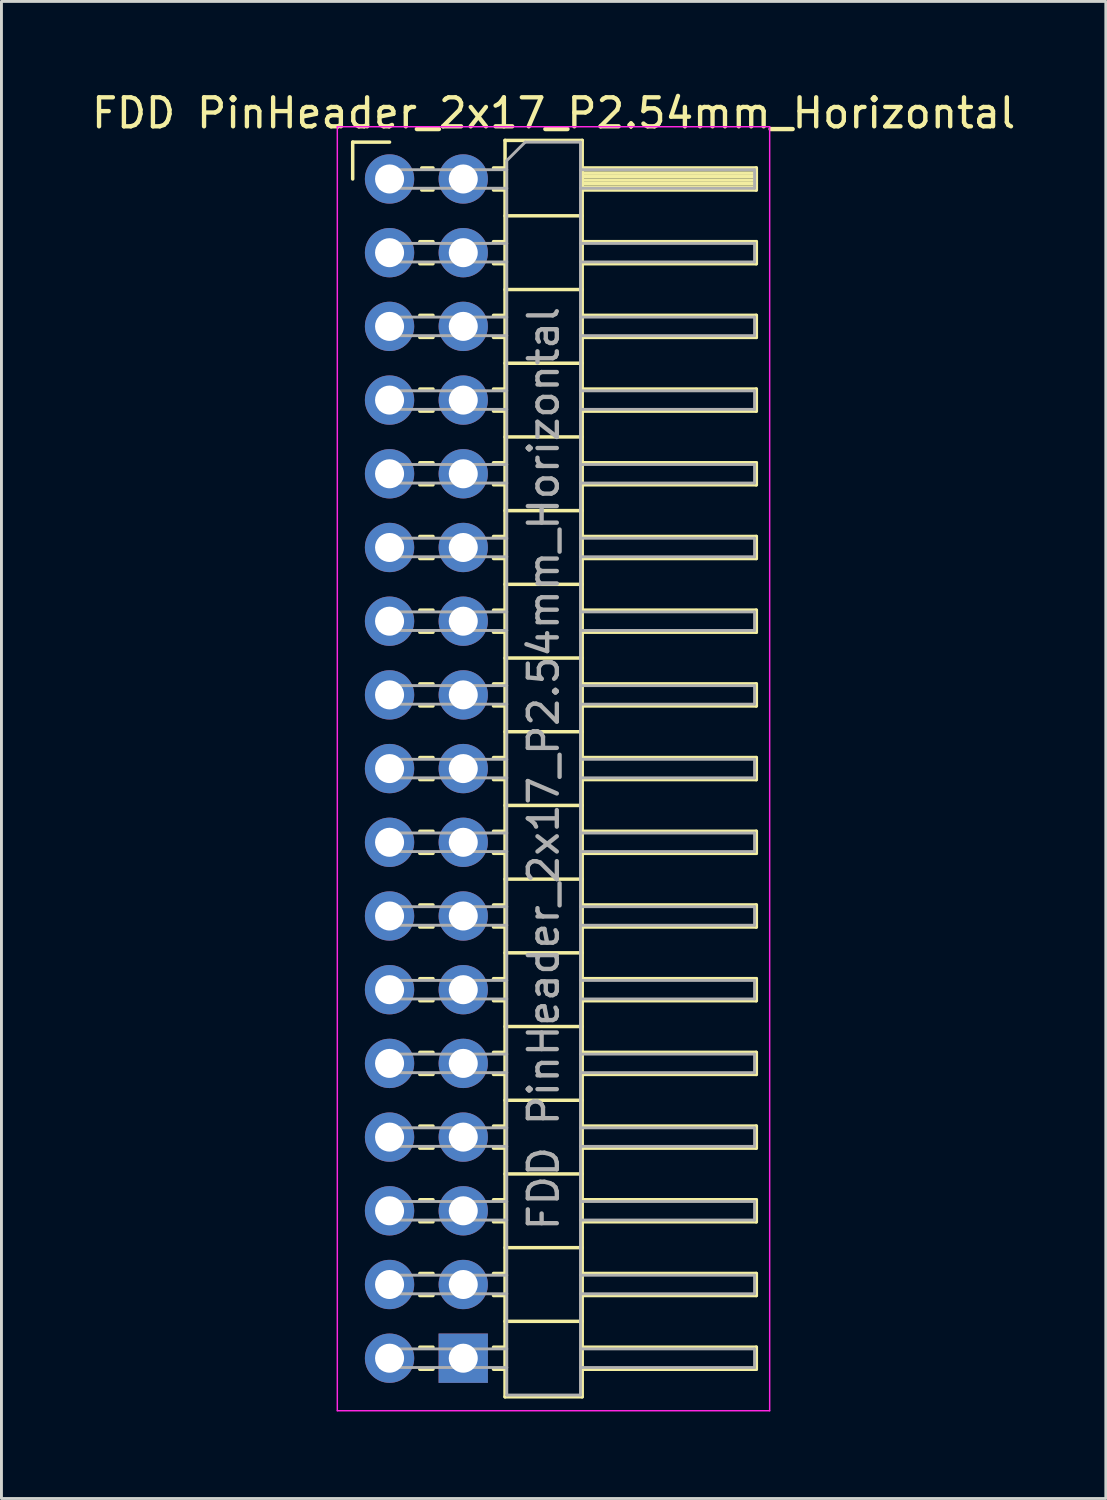
<source format=kicad_pcb>
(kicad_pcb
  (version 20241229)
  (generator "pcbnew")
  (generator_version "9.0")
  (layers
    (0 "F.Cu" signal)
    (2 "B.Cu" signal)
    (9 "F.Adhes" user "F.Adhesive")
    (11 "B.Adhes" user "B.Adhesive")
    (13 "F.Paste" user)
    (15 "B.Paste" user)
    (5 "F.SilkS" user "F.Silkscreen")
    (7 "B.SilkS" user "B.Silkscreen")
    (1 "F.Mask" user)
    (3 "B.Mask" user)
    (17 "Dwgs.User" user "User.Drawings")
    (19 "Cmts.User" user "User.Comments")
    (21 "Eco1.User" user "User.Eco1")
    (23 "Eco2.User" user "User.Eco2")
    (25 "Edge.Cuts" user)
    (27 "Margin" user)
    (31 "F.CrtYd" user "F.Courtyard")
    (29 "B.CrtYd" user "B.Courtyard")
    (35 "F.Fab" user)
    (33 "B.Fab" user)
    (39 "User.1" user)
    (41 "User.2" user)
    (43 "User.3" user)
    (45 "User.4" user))
  (footprint "FDD PinHeader_2x17_P2.54mm_Horizontal"
    (layer "F.Cu")
    (at 10.375 3.118)
    (property "Reference" "FDD PinHeader_2x17_P2.54mm_Horizontal" (at 5.655 -2.27 0) (layer "F.SilkS") (effects (font (size 1 1) (thickness 0.15))))
    (attr through_hole)
    (fp_line (start -1.27 -1.27) (end 0 -1.27) (stroke (width 0.12) (type solid)) (layer "F.SilkS"))
    (fp_line (start -1.27 0) (end -1.27 -1.27) (stroke (width 0.12) (type solid)) (layer "F.SilkS"))
    (fp_line (start 1.043 2.16) (end 1.497 2.16) (stroke (width 0.12) (type solid)) (layer "F.SilkS"))
    (fp_line (start 1.043 2.92) (end 1.497 2.92) (stroke (width 0.12) (type solid)) (layer "F.SilkS"))
    (fp_line (start 1.043 4.7) (end 1.497 4.7) (stroke (width 0.12) (type solid)) (layer "F.SilkS"))
    (fp_line (start 1.043 5.46) (end 1.497 5.46) (stroke (width 0.12) (type solid)) (layer "F.SilkS"))
    (fp_line (start 1.043 7.24) (end 1.497 7.24) (stroke (width 0.12) (type solid)) (layer "F.SilkS"))
    (fp_line (start 1.043 8) (end 1.497 8) (stroke (width 0.12) (type solid)) (layer "F.SilkS"))
    (fp_line (start 1.043 9.78) (end 1.497 9.78) (stroke (width 0.12) (type solid)) (layer "F.SilkS"))
    (fp_line (start 1.043 10.54) (end 1.497 10.54) (stroke (width 0.12) (type solid)) (layer "F.SilkS"))
    (fp_line (start 1.043 12.32) (end 1.497 12.32) (stroke (width 0.12) (type solid)) (layer "F.SilkS"))
    (fp_line (start 1.043 13.08) (end 1.497 13.08) (stroke (width 0.12) (type solid)) (layer "F.SilkS"))
    (fp_line (start 1.043 14.86) (end 1.497 14.86) (stroke (width 0.12) (type solid)) (layer "F.SilkS"))
    (fp_line (start 1.043 15.62) (end 1.497 15.62) (stroke (width 0.12) (type solid)) (layer "F.SilkS"))
    (fp_line (start 1.043 17.4) (end 1.497 17.4) (stroke (width 0.12) (type solid)) (layer "F.SilkS"))
    (fp_line (start 1.043 18.16) (end 1.497 18.16) (stroke (width 0.12) (type solid)) (layer "F.SilkS"))
    (fp_line (start 1.043 19.94) (end 1.497 19.94) (stroke (width 0.12) (type solid)) (layer "F.SilkS"))
    (fp_line (start 1.043 20.7) (end 1.497 20.7) (stroke (width 0.12) (type solid)) (layer "F.SilkS"))
    (fp_line (start 1.043 22.48) (end 1.497 22.48) (stroke (width 0.12) (type solid)) (layer "F.SilkS"))
    (fp_line (start 1.043 23.24) (end 1.497 23.24) (stroke (width 0.12) (type solid)) (layer "F.SilkS"))
    (fp_line (start 1.043 25.02) (end 1.497 25.02) (stroke (width 0.12) (type solid)) (layer "F.SilkS"))
    (fp_line (start 1.043 25.78) (end 1.497 25.78) (stroke (width 0.12) (type solid)) (layer "F.SilkS"))
    (fp_line (start 1.043 27.56) (end 1.497 27.56) (stroke (width 0.12) (type solid)) (layer "F.SilkS"))
    (fp_line (start 1.043 28.32) (end 1.497 28.32) (stroke (width 0.12) (type solid)) (layer "F.SilkS"))
    (fp_line (start 1.043 30.1) (end 1.497 30.1) (stroke (width 0.12) (type solid)) (layer "F.SilkS"))
    (fp_line (start 1.043 30.86) (end 1.497 30.86) (stroke (width 0.12) (type solid)) (layer "F.SilkS"))
    (fp_line (start 1.043 32.64) (end 1.497 32.64) (stroke (width 0.12) (type solid)) (layer "F.SilkS"))
    (fp_line (start 1.043 33.4) (end 1.497 33.4) (stroke (width 0.12) (type solid)) (layer "F.SilkS"))
    (fp_line (start 1.043 35.18) (end 1.497 35.18) (stroke (width 0.12) (type solid)) (layer "F.SilkS"))
    (fp_line (start 1.043 35.94) (end 1.497 35.94) (stroke (width 0.12) (type solid)) (layer "F.SilkS"))
    (fp_line (start 1.043 37.72) (end 1.497 37.72) (stroke (width 0.12) (type solid)) (layer "F.SilkS"))
    (fp_line (start 1.043 38.48) (end 1.497 38.48) (stroke (width 0.12) (type solid)) (layer "F.SilkS"))
    (fp_line (start 1.043 40.26) (end 1.497 40.26) (stroke (width 0.12) (type solid)) (layer "F.SilkS"))
    (fp_line (start 1.043 41.02) (end 1.497 41.02) (stroke (width 0.12) (type solid)) (layer "F.SilkS"))
    (fp_line (start 1.11 -0.38) (end 1.497 -0.38) (stroke (width 0.12) (type solid)) (layer "F.SilkS"))
    (fp_line (start 1.11 0.38) (end 1.497 0.38) (stroke (width 0.12) (type solid)) (layer "F.SilkS"))
    (fp_line (start 3.583 -0.38) (end 3.98 -0.38) (stroke (width 0.12) (type solid)) (layer "F.SilkS"))
    (fp_line (start 3.583 0.38) (end 3.98 0.38) (stroke (width 0.12) (type solid)) (layer "F.SilkS"))
    (fp_line (start 3.583 2.16) (end 3.98 2.16) (stroke (width 0.12) (type solid)) (layer "F.SilkS"))
    (fp_line (start 3.583 2.92) (end 3.98 2.92) (stroke (width 0.12) (type solid)) (layer "F.SilkS"))
    (fp_line (start 3.583 4.7) (end 3.98 4.7) (stroke (width 0.12) (type solid)) (layer "F.SilkS"))
    (fp_line (start 3.583 5.46) (end 3.98 5.46) (stroke (width 0.12) (type solid)) (layer "F.SilkS"))
    (fp_line (start 3.583 7.24) (end 3.98 7.24) (stroke (width 0.12) (type solid)) (layer "F.SilkS"))
    (fp_line (start 3.583 8) (end 3.98 8) (stroke (width 0.12) (type solid)) (layer "F.SilkS"))
    (fp_line (start 3.583 9.78) (end 3.98 9.78) (stroke (width 0.12) (type solid)) (layer "F.SilkS"))
    (fp_line (start 3.583 10.54) (end 3.98 10.54) (stroke (width 0.12) (type solid)) (layer "F.SilkS"))
    (fp_line (start 3.583 12.32) (end 3.98 12.32) (stroke (width 0.12) (type solid)) (layer "F.SilkS"))
    (fp_line (start 3.583 13.08) (end 3.98 13.08) (stroke (width 0.12) (type solid)) (layer "F.SilkS"))
    (fp_line (start 3.583 14.86) (end 3.98 14.86) (stroke (width 0.12) (type solid)) (layer "F.SilkS"))
    (fp_line (start 3.583 15.62) (end 3.98 15.62) (stroke (width 0.12) (type solid)) (layer "F.SilkS"))
    (fp_line (start 3.583 17.4) (end 3.98 17.4) (stroke (width 0.12) (type solid)) (layer "F.SilkS"))
    (fp_line (start 3.583 18.16) (end 3.98 18.16) (stroke (width 0.12) (type solid)) (layer "F.SilkS"))
    (fp_line (start 3.583 19.94) (end 3.98 19.94) (stroke (width 0.12) (type solid)) (layer "F.SilkS"))
    (fp_line (start 3.583 20.7) (end 3.98 20.7) (stroke (width 0.12) (type solid)) (layer "F.SilkS"))
    (fp_line (start 3.583 22.48) (end 3.98 22.48) (stroke (width 0.12) (type solid)) (layer "F.SilkS"))
    (fp_line (start 3.583 23.24) (end 3.98 23.24) (stroke (width 0.12) (type solid)) (layer "F.SilkS"))
    (fp_line (start 3.583 25.02) (end 3.98 25.02) (stroke (width 0.12) (type solid)) (layer "F.SilkS"))
    (fp_line (start 3.583 25.78) (end 3.98 25.78) (stroke (width 0.12) (type solid)) (layer "F.SilkS"))
    (fp_line (start 3.583 27.56) (end 3.98 27.56) (stroke (width 0.12) (type solid)) (layer "F.SilkS"))
    (fp_line (start 3.583 28.32) (end 3.98 28.32) (stroke (width 0.12) (type solid)) (layer "F.SilkS"))
    (fp_line (start 3.583 30.1) (end 3.98 30.1) (stroke (width 0.12) (type solid)) (layer "F.SilkS"))
    (fp_line (start 3.583 30.86) (end 3.98 30.86) (stroke (width 0.12) (type solid)) (layer "F.SilkS"))
    (fp_line (start 3.583 32.64) (end 3.98 32.64) (stroke (width 0.12) (type solid)) (layer "F.SilkS"))
    (fp_line (start 3.583 33.4) (end 3.98 33.4) (stroke (width 0.12) (type solid)) (layer "F.SilkS"))
    (fp_line (start 3.583 35.18) (end 3.98 35.18) (stroke (width 0.12) (type solid)) (layer "F.SilkS"))
    (fp_line (start 3.583 35.94) (end 3.98 35.94) (stroke (width 0.12) (type solid)) (layer "F.SilkS"))
    (fp_line (start 3.583 37.72) (end 3.98 37.72) (stroke (width 0.12) (type solid)) (layer "F.SilkS"))
    (fp_line (start 3.583 38.48) (end 3.98 38.48) (stroke (width 0.12) (type solid)) (layer "F.SilkS"))
    (fp_line (start 3.583 40.26) (end 3.98 40.26) (stroke (width 0.12) (type solid)) (layer "F.SilkS"))
    (fp_line (start 3.583 41.02) (end 3.98 41.02) (stroke (width 0.12) (type solid)) (layer "F.SilkS"))
    (fp_line (start 3.98 -1.33) (end 3.98 41.97) (stroke (width 0.12) (type solid)) (layer "F.SilkS"))
    (fp_line (start 3.98 1.27) (end 6.64 1.27) (stroke (width 0.12) (type solid)) (layer "F.SilkS"))
    (fp_line (start 3.98 3.81) (end 6.64 3.81) (stroke (width 0.12) (type solid)) (layer "F.SilkS"))
    (fp_line (start 3.98 6.35) (end 6.64 6.35) (stroke (width 0.12) (type solid)) (layer "F.SilkS"))
    (fp_line (start 3.98 8.89) (end 6.64 8.89) (stroke (width 0.12) (type solid)) (layer "F.SilkS"))
    (fp_line (start 3.98 11.43) (end 6.64 11.43) (stroke (width 0.12) (type solid)) (layer "F.SilkS"))
    (fp_line (start 3.98 13.97) (end 6.64 13.97) (stroke (width 0.12) (type solid)) (layer "F.SilkS"))
    (fp_line (start 3.98 16.51) (end 6.64 16.51) (stroke (width 0.12) (type solid)) (layer "F.SilkS"))
    (fp_line (start 3.98 19.05) (end 6.64 19.05) (stroke (width 0.12) (type solid)) (layer "F.SilkS"))
    (fp_line (start 3.98 21.59) (end 6.64 21.59) (stroke (width 0.12) (type solid)) (layer "F.SilkS"))
    (fp_line (start 3.98 24.13) (end 6.64 24.13) (stroke (width 0.12) (type solid)) (layer "F.SilkS"))
    (fp_line (start 3.98 26.67) (end 6.64 26.67) (stroke (width 0.12) (type solid)) (layer "F.SilkS"))
    (fp_line (start 3.98 29.21) (end 6.64 29.21) (stroke (width 0.12) (type solid)) (layer "F.SilkS"))
    (fp_line (start 3.98 31.75) (end 6.64 31.75) (stroke (width 0.12) (type solid)) (layer "F.SilkS"))
    (fp_line (start 3.98 34.29) (end 6.64 34.29) (stroke (width 0.12) (type solid)) (layer "F.SilkS"))
    (fp_line (start 3.98 36.83) (end 6.64 36.83) (stroke (width 0.12) (type solid)) (layer "F.SilkS"))
    (fp_line (start 3.98 39.37) (end 6.64 39.37) (stroke (width 0.12) (type solid)) (layer "F.SilkS"))
    (fp_line (start 3.98 41.97) (end 6.64 41.97) (stroke (width 0.12) (type solid)) (layer "F.SilkS"))
    (fp_line (start 6.64 -1.33) (end 3.98 -1.33) (stroke (width 0.12) (type solid)) (layer "F.SilkS"))
    (fp_line (start 6.64 -0.38) (end 12.64 -0.38) (stroke (width 0.12) (type solid)) (layer "F.SilkS"))
    (fp_line (start 6.64 -0.32) (end 12.64 -0.32) (stroke (width 0.12) (type solid)) (layer "F.SilkS"))
    (fp_line (start 6.64 -0.2) (end 12.64 -0.2) (stroke (width 0.12) (type solid)) (layer "F.SilkS"))
    (fp_line (start 6.64 -0.08) (end 12.64 -0.08) (stroke (width 0.12) (type solid)) (layer "F.SilkS"))
    (fp_line (start 6.64 0.04) (end 12.64 0.04) (stroke (width 0.12) (type solid)) (layer "F.SilkS"))
    (fp_line (start 6.64 0.16) (end 12.64 0.16) (stroke (width 0.12) (type solid)) (layer "F.SilkS"))
    (fp_line (start 6.64 0.28) (end 12.64 0.28) (stroke (width 0.12) (type solid)) (layer "F.SilkS"))
    (fp_line (start 6.64 2.16) (end 12.64 2.16) (stroke (width 0.12) (type solid)) (layer "F.SilkS"))
    (fp_line (start 6.64 4.7) (end 12.64 4.7) (stroke (width 0.12) (type solid)) (layer "F.SilkS"))
    (fp_line (start 6.64 7.24) (end 12.64 7.24) (stroke (width 0.12) (type solid)) (layer "F.SilkS"))
    (fp_line (start 6.64 9.78) (end 12.64 9.78) (stroke (width 0.12) (type solid)) (layer "F.SilkS"))
    (fp_line (start 6.64 12.32) (end 12.64 12.32) (stroke (width 0.12) (type solid)) (layer "F.SilkS"))
    (fp_line (start 6.64 14.86) (end 12.64 14.86) (stroke (width 0.12) (type solid)) (layer "F.SilkS"))
    (fp_line (start 6.64 17.4) (end 12.64 17.4) (stroke (width 0.12) (type solid)) (layer "F.SilkS"))
    (fp_line (start 6.64 19.94) (end 12.64 19.94) (stroke (width 0.12) (type solid)) (layer "F.SilkS"))
    (fp_line (start 6.64 22.48) (end 12.64 22.48) (stroke (width 0.12) (type solid)) (layer "F.SilkS"))
    (fp_line (start 6.64 25.02) (end 12.64 25.02) (stroke (width 0.12) (type solid)) (layer "F.SilkS"))
    (fp_line (start 6.64 27.56) (end 12.64 27.56) (stroke (width 0.12) (type solid)) (layer "F.SilkS"))
    (fp_line (start 6.64 30.1) (end 12.64 30.1) (stroke (width 0.12) (type solid)) (layer "F.SilkS"))
    (fp_line (start 6.64 32.64) (end 12.64 32.64) (stroke (width 0.12) (type solid)) (layer "F.SilkS"))
    (fp_line (start 6.64 35.18) (end 12.64 35.18) (stroke (width 0.12) (type solid)) (layer "F.SilkS"))
    (fp_line (start 6.64 37.72) (end 12.64 37.72) (stroke (width 0.12) (type solid)) (layer "F.SilkS"))
    (fp_line (start 6.64 40.26) (end 12.64 40.26) (stroke (width 0.12) (type solid)) (layer "F.SilkS"))
    (fp_line (start 6.64 41.97) (end 6.64 -1.33) (stroke (width 0.12) (type solid)) (layer "F.SilkS"))
    (fp_line (start 12.64 -0.38) (end 12.64 0.38) (stroke (width 0.12) (type solid)) (layer "F.SilkS"))
    (fp_line (start 12.64 0.38) (end 6.64 0.38) (stroke (width 0.12) (type solid)) (layer "F.SilkS"))
    (fp_line (start 12.64 2.16) (end 12.64 2.92) (stroke (width 0.12) (type solid)) (layer "F.SilkS"))
    (fp_line (start 12.64 2.92) (end 6.64 2.92) (stroke (width 0.12) (type solid)) (layer "F.SilkS"))
    (fp_line (start 12.64 4.7) (end 12.64 5.46) (stroke (width 0.12) (type solid)) (layer "F.SilkS"))
    (fp_line (start 12.64 5.46) (end 6.64 5.46) (stroke (width 0.12) (type solid)) (layer "F.SilkS"))
    (fp_line (start 12.64 7.24) (end 12.64 8) (stroke (width 0.12) (type solid)) (layer "F.SilkS"))
    (fp_line (start 12.64 8) (end 6.64 8) (stroke (width 0.12) (type solid)) (layer "F.SilkS"))
    (fp_line (start 12.64 9.78) (end 12.64 10.54) (stroke (width 0.12) (type solid)) (layer "F.SilkS"))
    (fp_line (start 12.64 10.54) (end 6.64 10.54) (stroke (width 0.12) (type solid)) (layer "F.SilkS"))
    (fp_line (start 12.64 12.32) (end 12.64 13.08) (stroke (width 0.12) (type solid)) (layer "F.SilkS"))
    (fp_line (start 12.64 13.08) (end 6.64 13.08) (stroke (width 0.12) (type solid)) (layer "F.SilkS"))
    (fp_line (start 12.64 14.86) (end 12.64 15.62) (stroke (width 0.12) (type solid)) (layer "F.SilkS"))
    (fp_line (start 12.64 15.62) (end 6.64 15.62) (stroke (width 0.12) (type solid)) (layer "F.SilkS"))
    (fp_line (start 12.64 17.4) (end 12.64 18.16) (stroke (width 0.12) (type solid)) (layer "F.SilkS"))
    (fp_line (start 12.64 18.16) (end 6.64 18.16) (stroke (width 0.12) (type solid)) (layer "F.SilkS"))
    (fp_line (start 12.64 19.94) (end 12.64 20.7) (stroke (width 0.12) (type solid)) (layer "F.SilkS"))
    (fp_line (start 12.64 20.7) (end 6.64 20.7) (stroke (width 0.12) (type solid)) (layer "F.SilkS"))
    (fp_line (start 12.64 22.48) (end 12.64 23.24) (stroke (width 0.12) (type solid)) (layer "F.SilkS"))
    (fp_line (start 12.64 23.24) (end 6.64 23.24) (stroke (width 0.12) (type solid)) (layer "F.SilkS"))
    (fp_line (start 12.64 25.02) (end 12.64 25.78) (stroke (width 0.12) (type solid)) (layer "F.SilkS"))
    (fp_line (start 12.64 25.78) (end 6.64 25.78) (stroke (width 0.12) (type solid)) (layer "F.SilkS"))
    (fp_line (start 12.64 27.56) (end 12.64 28.32) (stroke (width 0.12) (type solid)) (layer "F.SilkS"))
    (fp_line (start 12.64 28.32) (end 6.64 28.32) (stroke (width 0.12) (type solid)) (layer "F.SilkS"))
    (fp_line (start 12.64 30.1) (end 12.64 30.86) (stroke (width 0.12) (type solid)) (layer "F.SilkS"))
    (fp_line (start 12.64 30.86) (end 6.64 30.86) (stroke (width 0.12) (type solid)) (layer "F.SilkS"))
    (fp_line (start 12.64 32.64) (end 12.64 33.4) (stroke (width 0.12) (type solid)) (layer "F.SilkS"))
    (fp_line (start 12.64 33.4) (end 6.64 33.4) (stroke (width 0.12) (type solid)) (layer "F.SilkS"))
    (fp_line (start 12.64 35.18) (end 12.64 35.94) (stroke (width 0.12) (type solid)) (layer "F.SilkS"))
    (fp_line (start 12.64 35.94) (end 6.64 35.94) (stroke (width 0.12) (type solid)) (layer "F.SilkS"))
    (fp_line (start 12.64 37.72) (end 12.64 38.48) (stroke (width 0.12) (type solid)) (layer "F.SilkS"))
    (fp_line (start 12.64 38.48) (end 6.64 38.48) (stroke (width 0.12) (type solid)) (layer "F.SilkS"))
    (fp_line (start 12.64 40.26) (end 12.64 41.02) (stroke (width 0.12) (type solid)) (layer "F.SilkS"))
    (fp_line (start 12.64 41.02) (end 6.64 41.02) (stroke (width 0.12) (type solid)) (layer "F.SilkS"))
    (fp_line (start -1.8 -1.8) (end -1.8 42.45) (stroke (width 0.05) (type solid)) (layer "F.CrtYd"))
    (fp_line (start -1.8 42.45) (end 13.1 42.45) (stroke (width 0.05) (type solid)) (layer "F.CrtYd"))
    (fp_line (start 13.1 -1.8) (end -1.8 -1.8) (stroke (width 0.05) (type solid)) (layer "F.CrtYd"))
    (fp_line (start 13.1 42.45) (end 13.1 -1.8) (stroke (width 0.05) (type solid)) (layer "F.CrtYd"))
    (fp_line (start -0.32 -0.32) (end -0.32 0.32) (stroke (width 0.1) (type solid)) (layer "F.Fab"))
    (fp_line (start -0.32 -0.32) (end 4.04 -0.32) (stroke (width 0.1) (type solid)) (layer "F.Fab"))
    (fp_line (start -0.32 0.32) (end 4.04 0.32) (stroke (width 0.1) (type solid)) (layer "F.Fab"))
    (fp_line (start -0.32 2.22) (end -0.32 2.86) (stroke (width 0.1) (type solid)) (layer "F.Fab"))
    (fp_line (start -0.32 2.22) (end 4.04 2.22) (stroke (width 0.1) (type solid)) (layer "F.Fab"))
    (fp_line (start -0.32 2.86) (end 4.04 2.86) (stroke (width 0.1) (type solid)) (layer "F.Fab"))
    (fp_line (start -0.32 4.76) (end -0.32 5.4) (stroke (width 0.1) (type solid)) (layer "F.Fab"))
    (fp_line (start -0.32 4.76) (end 4.04 4.76) (stroke (width 0.1) (type solid)) (layer "F.Fab"))
    (fp_line (start -0.32 5.4) (end 4.04 5.4) (stroke (width 0.1) (type solid)) (layer "F.Fab"))
    (fp_line (start -0.32 7.3) (end -0.32 7.94) (stroke (width 0.1) (type solid)) (layer "F.Fab"))
    (fp_line (start -0.32 7.3) (end 4.04 7.3) (stroke (width 0.1) (type solid)) (layer "F.Fab"))
    (fp_line (start -0.32 7.94) (end 4.04 7.94) (stroke (width 0.1) (type solid)) (layer "F.Fab"))
    (fp_line (start -0.32 9.84) (end -0.32 10.48) (stroke (width 0.1) (type solid)) (layer "F.Fab"))
    (fp_line (start -0.32 9.84) (end 4.04 9.84) (stroke (width 0.1) (type solid)) (layer "F.Fab"))
    (fp_line (start -0.32 10.48) (end 4.04 10.48) (stroke (width 0.1) (type solid)) (layer "F.Fab"))
    (fp_line (start -0.32 12.38) (end -0.32 13.02) (stroke (width 0.1) (type solid)) (layer "F.Fab"))
    (fp_line (start -0.32 12.38) (end 4.04 12.38) (stroke (width 0.1) (type solid)) (layer "F.Fab"))
    (fp_line (start -0.32 13.02) (end 4.04 13.02) (stroke (width 0.1) (type solid)) (layer "F.Fab"))
    (fp_line (start -0.32 14.92) (end -0.32 15.56) (stroke (width 0.1) (type solid)) (layer "F.Fab"))
    (fp_line (start -0.32 14.92) (end 4.04 14.92) (stroke (width 0.1) (type solid)) (layer "F.Fab"))
    (fp_line (start -0.32 15.56) (end 4.04 15.56) (stroke (width 0.1) (type solid)) (layer "F.Fab"))
    (fp_line (start -0.32 17.46) (end -0.32 18.1) (stroke (width 0.1) (type solid)) (layer "F.Fab"))
    (fp_line (start -0.32 17.46) (end 4.04 17.46) (stroke (width 0.1) (type solid)) (layer "F.Fab"))
    (fp_line (start -0.32 18.1) (end 4.04 18.1) (stroke (width 0.1) (type solid)) (layer "F.Fab"))
    (fp_line (start -0.32 20) (end -0.32 20.64) (stroke (width 0.1) (type solid)) (layer "F.Fab"))
    (fp_line (start -0.32 20) (end 4.04 20) (stroke (width 0.1) (type solid)) (layer "F.Fab"))
    (fp_line (start -0.32 20.64) (end 4.04 20.64) (stroke (width 0.1) (type solid)) (layer "F.Fab"))
    (fp_line (start -0.32 22.54) (end -0.32 23.18) (stroke (width 0.1) (type solid)) (layer "F.Fab"))
    (fp_line (start -0.32 22.54) (end 4.04 22.54) (stroke (width 0.1) (type solid)) (layer "F.Fab"))
    (fp_line (start -0.32 23.18) (end 4.04 23.18) (stroke (width 0.1) (type solid)) (layer "F.Fab"))
    (fp_line (start -0.32 25.08) (end -0.32 25.72) (stroke (width 0.1) (type solid)) (layer "F.Fab"))
    (fp_line (start -0.32 25.08) (end 4.04 25.08) (stroke (width 0.1) (type solid)) (layer "F.Fab"))
    (fp_line (start -0.32 25.72) (end 4.04 25.72) (stroke (width 0.1) (type solid)) (layer "F.Fab"))
    (fp_line (start -0.32 27.62) (end -0.32 28.26) (stroke (width 0.1) (type solid)) (layer "F.Fab"))
    (fp_line (start -0.32 27.62) (end 4.04 27.62) (stroke (width 0.1) (type solid)) (layer "F.Fab"))
    (fp_line (start -0.32 28.26) (end 4.04 28.26) (stroke (width 0.1) (type solid)) (layer "F.Fab"))
    (fp_line (start -0.32 30.16) (end -0.32 30.8) (stroke (width 0.1) (type solid)) (layer "F.Fab"))
    (fp_line (start -0.32 30.16) (end 4.04 30.16) (stroke (width 0.1) (type solid)) (layer "F.Fab"))
    (fp_line (start -0.32 30.8) (end 4.04 30.8) (stroke (width 0.1) (type solid)) (layer "F.Fab"))
    (fp_line (start -0.32 32.7) (end -0.32 33.34) (stroke (width 0.1) (type solid)) (layer "F.Fab"))
    (fp_line (start -0.32 32.7) (end 4.04 32.7) (stroke (width 0.1) (type solid)) (layer "F.Fab"))
    (fp_line (start -0.32 33.34) (end 4.04 33.34) (stroke (width 0.1) (type solid)) (layer "F.Fab"))
    (fp_line (start -0.32 35.24) (end -0.32 35.88) (stroke (width 0.1) (type solid)) (layer "F.Fab"))
    (fp_line (start -0.32 35.24) (end 4.04 35.24) (stroke (width 0.1) (type solid)) (layer "F.Fab"))
    (fp_line (start -0.32 35.88) (end 4.04 35.88) (stroke (width 0.1) (type solid)) (layer "F.Fab"))
    (fp_line (start -0.32 37.78) (end -0.32 38.42) (stroke (width 0.1) (type solid)) (layer "F.Fab"))
    (fp_line (start -0.32 37.78) (end 4.04 37.78) (stroke (width 0.1) (type solid)) (layer "F.Fab"))
    (fp_line (start -0.32 38.42) (end 4.04 38.42) (stroke (width 0.1) (type solid)) (layer "F.Fab"))
    (fp_line (start -0.32 40.32) (end -0.32 40.96) (stroke (width 0.1) (type solid)) (layer "F.Fab"))
    (fp_line (start -0.32 40.32) (end 4.04 40.32) (stroke (width 0.1) (type solid)) (layer "F.Fab"))
    (fp_line (start -0.32 40.96) (end 4.04 40.96) (stroke (width 0.1) (type solid)) (layer "F.Fab"))
    (fp_line (start 4.04 -0.635) (end 4.675 -1.27) (stroke (width 0.1) (type solid)) (layer "F.Fab"))
    (fp_line (start 4.04 41.91) (end 4.04 -0.635) (stroke (width 0.1) (type solid)) (layer "F.Fab"))
    (fp_line (start 4.675 -1.27) (end 6.58 -1.27) (stroke (width 0.1) (type solid)) (layer "F.Fab"))
    (fp_line (start 6.58 -1.27) (end 6.58 41.91) (stroke (width 0.1) (type solid)) (layer "F.Fab"))
    (fp_line (start 6.58 -0.32) (end 12.58 -0.32) (stroke (width 0.1) (type solid)) (layer "F.Fab"))
    (fp_line (start 6.58 0.32) (end 12.58 0.32) (stroke (width 0.1) (type solid)) (layer "F.Fab"))
    (fp_line (start 6.58 2.22) (end 12.58 2.22) (stroke (width 0.1) (type solid)) (layer "F.Fab"))
    (fp_line (start 6.58 2.86) (end 12.58 2.86) (stroke (width 0.1) (type solid)) (layer "F.Fab"))
    (fp_line (start 6.58 4.76) (end 12.58 4.76) (stroke (width 0.1) (type solid)) (layer "F.Fab"))
    (fp_line (start 6.58 5.4) (end 12.58 5.4) (stroke (width 0.1) (type solid)) (layer "F.Fab"))
    (fp_line (start 6.58 7.3) (end 12.58 7.3) (stroke (width 0.1) (type solid)) (layer "F.Fab"))
    (fp_line (start 6.58 7.94) (end 12.58 7.94) (stroke (width 0.1) (type solid)) (layer "F.Fab"))
    (fp_line (start 6.58 9.84) (end 12.58 9.84) (stroke (width 0.1) (type solid)) (layer "F.Fab"))
    (fp_line (start 6.58 10.48) (end 12.58 10.48) (stroke (width 0.1) (type solid)) (layer "F.Fab"))
    (fp_line (start 6.58 12.38) (end 12.58 12.38) (stroke (width 0.1) (type solid)) (layer "F.Fab"))
    (fp_line (start 6.58 13.02) (end 12.58 13.02) (stroke (width 0.1) (type solid)) (layer "F.Fab"))
    (fp_line (start 6.58 14.92) (end 12.58 14.92) (stroke (width 0.1) (type solid)) (layer "F.Fab"))
    (fp_line (start 6.58 15.56) (end 12.58 15.56) (stroke (width 0.1) (type solid)) (layer "F.Fab"))
    (fp_line (start 6.58 17.46) (end 12.58 17.46) (stroke (width 0.1) (type solid)) (layer "F.Fab"))
    (fp_line (start 6.58 18.1) (end 12.58 18.1) (stroke (width 0.1) (type solid)) (layer "F.Fab"))
    (fp_line (start 6.58 20) (end 12.58 20) (stroke (width 0.1) (type solid)) (layer "F.Fab"))
    (fp_line (start 6.58 20.64) (end 12.58 20.64) (stroke (width 0.1) (type solid)) (layer "F.Fab"))
    (fp_line (start 6.58 22.54) (end 12.58 22.54) (stroke (width 0.1) (type solid)) (layer "F.Fab"))
    (fp_line (start 6.58 23.18) (end 12.58 23.18) (stroke (width 0.1) (type solid)) (layer "F.Fab"))
    (fp_line (start 6.58 25.08) (end 12.58 25.08) (stroke (width 0.1) (type solid)) (layer "F.Fab"))
    (fp_line (start 6.58 25.72) (end 12.58 25.72) (stroke (width 0.1) (type solid)) (layer "F.Fab"))
    (fp_line (start 6.58 27.62) (end 12.58 27.62) (stroke (width 0.1) (type solid)) (layer "F.Fab"))
    (fp_line (start 6.58 28.26) (end 12.58 28.26) (stroke (width 0.1) (type solid)) (layer "F.Fab"))
    (fp_line (start 6.58 30.16) (end 12.58 30.16) (stroke (width 0.1) (type solid)) (layer "F.Fab"))
    (fp_line (start 6.58 30.8) (end 12.58 30.8) (stroke (width 0.1) (type solid)) (layer "F.Fab"))
    (fp_line (start 6.58 32.7) (end 12.58 32.7) (stroke (width 0.1) (type solid)) (layer "F.Fab"))
    (fp_line (start 6.58 33.34) (end 12.58 33.34) (stroke (width 0.1) (type solid)) (layer "F.Fab"))
    (fp_line (start 6.58 35.24) (end 12.58 35.24) (stroke (width 0.1) (type solid)) (layer "F.Fab"))
    (fp_line (start 6.58 35.88) (end 12.58 35.88) (stroke (width 0.1) (type solid)) (layer "F.Fab"))
    (fp_line (start 6.58 37.78) (end 12.58 37.78) (stroke (width 0.1) (type solid)) (layer "F.Fab"))
    (fp_line (start 6.58 38.42) (end 12.58 38.42) (stroke (width 0.1) (type solid)) (layer "F.Fab"))
    (fp_line (start 6.58 40.32) (end 12.58 40.32) (stroke (width 0.1) (type solid)) (layer "F.Fab"))
    (fp_line (start 6.58 40.96) (end 12.58 40.96) (stroke (width 0.1) (type solid)) (layer "F.Fab"))
    (fp_line (start 6.58 41.91) (end 4.04 41.91) (stroke (width 0.1) (type solid)) (layer "F.Fab"))
    (fp_line (start 12.58 -0.32) (end 12.58 0.32) (stroke (width 0.1) (type solid)) (layer "F.Fab"))
    (fp_line (start 12.58 2.22) (end 12.58 2.86) (stroke (width 0.1) (type solid)) (layer "F.Fab"))
    (fp_line (start 12.58 4.76) (end 12.58 5.4) (stroke (width 0.1) (type solid)) (layer "F.Fab"))
    (fp_line (start 12.58 7.3) (end 12.58 7.94) (stroke (width 0.1) (type solid)) (layer "F.Fab"))
    (fp_line (start 12.58 9.84) (end 12.58 10.48) (stroke (width 0.1) (type solid)) (layer "F.Fab"))
    (fp_line (start 12.58 12.38) (end 12.58 13.02) (stroke (width 0.1) (type solid)) (layer "F.Fab"))
    (fp_line (start 12.58 14.92) (end 12.58 15.56) (stroke (width 0.1) (type solid)) (layer "F.Fab"))
    (fp_line (start 12.58 17.46) (end 12.58 18.1) (stroke (width 0.1) (type solid)) (layer "F.Fab"))
    (fp_line (start 12.58 20) (end 12.58 20.64) (stroke (width 0.1) (type solid)) (layer "F.Fab"))
    (fp_line (start 12.58 22.54) (end 12.58 23.18) (stroke (width 0.1) (type solid)) (layer "F.Fab"))
    (fp_line (start 12.58 25.08) (end 12.58 25.72) (stroke (width 0.1) (type solid)) (layer "F.Fab"))
    (fp_line (start 12.58 27.62) (end 12.58 28.26) (stroke (width 0.1) (type solid)) (layer "F.Fab"))
    (fp_line (start 12.58 30.16) (end 12.58 30.8) (stroke (width 0.1) (type solid)) (layer "F.Fab"))
    (fp_line (start 12.58 32.7) (end 12.58 33.34) (stroke (width 0.1) (type solid)) (layer "F.Fab"))
    (fp_line (start 12.58 35.24) (end 12.58 35.88) (stroke (width 0.1) (type solid)) (layer "F.Fab"))
    (fp_line (start 12.58 37.78) (end 12.58 38.42) (stroke (width 0.1) (type solid)) (layer "F.Fab"))
    (fp_line (start 12.58 40.32) (end 12.58 40.96) (stroke (width 0.1) (type solid)) (layer "F.Fab"))
    (fp_text user "${REFERENCE}" (at 5.31 20.32 90) (layer "F.Fab") (effects (font (size 1 1) (thickness 0.15))))
    (pad "1" thru_hole rect (at 2.54 40.64) (size 1.7 1.7) (drill 1) (layers "*.Cu" "*.Mask"))
    (pad "2" thru_hole oval (at 0 40.64) (size 1.7 1.7) (drill 1) (layers "*.Cu" "*.Mask"))
    (pad "3" thru_hole oval (at 2.54 38.1) (size 1.7 1.7) (drill 1) (layers "*.Cu" "*.Mask"))
    (pad "4" thru_hole oval (at 0 38.1) (size 1.7 1.7) (drill 1) (layers "*.Cu" "*.Mask"))
    (pad "5" thru_hole oval (at 2.54 35.56) (size 1.7 1.7) (drill 1) (layers "*.Cu" "*.Mask"))
    (pad "6" thru_hole oval (at 0 35.56) (size 1.7 1.7) (drill 1) (layers "*.Cu" "*.Mask"))
    (pad "7" thru_hole oval (at 2.54 33.02) (size 1.7 1.7) (drill 1) (layers "*.Cu" "*.Mask"))
    (pad "8" thru_hole oval (at 0 33.02) (size 1.7 1.7) (drill 1) (layers "*.Cu" "*.Mask"))
    (pad "9" thru_hole oval (at 2.54 30.48) (size 1.7 1.7) (drill 1) (layers "*.Cu" "*.Mask"))
    (pad "10" thru_hole oval (at 0 30.48) (size 1.7 1.7) (drill 1) (layers "*.Cu" "*.Mask"))
    (pad "11" thru_hole oval (at 2.54 27.94) (size 1.7 1.7) (drill 1) (layers "*.Cu" "*.Mask"))
    (pad "12" thru_hole oval (at 0 27.94) (size 1.7 1.7) (drill 1) (layers "*.Cu" "*.Mask"))
    (pad "13" thru_hole oval (at 2.54 25.4) (size 1.7 1.7) (drill 1) (layers "*.Cu" "*.Mask"))
    (pad "14" thru_hole oval (at 0 25.4) (size 1.7 1.7) (drill 1) (layers "*.Cu" "*.Mask"))
    (pad "15" thru_hole oval (at 2.54 22.86) (size 1.7 1.7) (drill 1) (layers "*.Cu" "*.Mask"))
    (pad "16" thru_hole oval (at 0 22.86) (size 1.7 1.7) (drill 1) (layers "*.Cu" "*.Mask"))
    (pad "17" thru_hole oval (at 2.54 20.32) (size 1.7 1.7) (drill 1) (layers "*.Cu" "*.Mask"))
    (pad "18" thru_hole oval (at 0 20.32) (size 1.7 1.7) (drill 1) (layers "*.Cu" "*.Mask"))
    (pad "19" thru_hole oval (at 2.54 17.78) (size 1.7 1.7) (drill 1) (layers "*.Cu" "*.Mask"))
    (pad "20" thru_hole oval (at 0 17.78) (size 1.7 1.7) (drill 1) (layers "*.Cu" "*.Mask"))
    (pad "21" thru_hole oval (at 2.54 15.24) (size 1.7 1.7) (drill 1) (layers "*.Cu" "*.Mask"))
    (pad "22" thru_hole oval (at 0 15.24) (size 1.7 1.7) (drill 1) (layers "*.Cu" "*.Mask"))
    (pad "23" thru_hole oval (at 2.54 12.7) (size 1.7 1.7) (drill 1) (layers "*.Cu" "*.Mask"))
    (pad "24" thru_hole oval (at 0 12.7) (size 1.7 1.7) (drill 1) (layers "*.Cu" "*.Mask"))
    (pad "25" thru_hole oval (at 2.54 10.16) (size 1.7 1.7) (drill 1) (layers "*.Cu" "*.Mask"))
    (pad "26" thru_hole oval (at 0 10.16) (size 1.7 1.7) (drill 1) (layers "*.Cu" "*.Mask"))
    (pad "27" thru_hole oval (at 2.54 7.62) (size 1.7 1.7) (drill 1) (layers "*.Cu" "*.Mask"))
    (pad "28" thru_hole oval (at 0 7.62) (size 1.7 1.7) (drill 1) (layers "*.Cu" "*.Mask"))
    (pad "29" thru_hole oval (at 2.54 5.08) (size 1.7 1.7) (drill 1) (layers "*.Cu" "*.Mask"))
    (pad "30" thru_hole oval (at 0 5.08) (size 1.7 1.7) (drill 1) (layers "*.Cu" "*.Mask"))
    (pad "31" thru_hole oval (at 2.54 2.54) (size 1.7 1.7) (drill 1) (layers "*.Cu" "*.Mask"))
    (pad "32" thru_hole oval (at 0 2.54) (size 1.7 1.7) (drill 1) (layers "*.Cu" "*.Mask"))
    (pad "33" thru_hole oval (at 2.54 0) (size 1.7 1.7) (drill 1) (layers "*.Cu" "*.Mask"))
    (pad "34" thru_hole oval (at 0 0) (size 1.7 1.7) (drill 1) (layers "*.Cu" "*.Mask")))
  (gr_rect
    (start -3 -3)
    (end 35.06 48.593)
    (stroke (width 0.1) (type default))
    (fill no)
    (layer "Edge.Cuts")))
</source>
